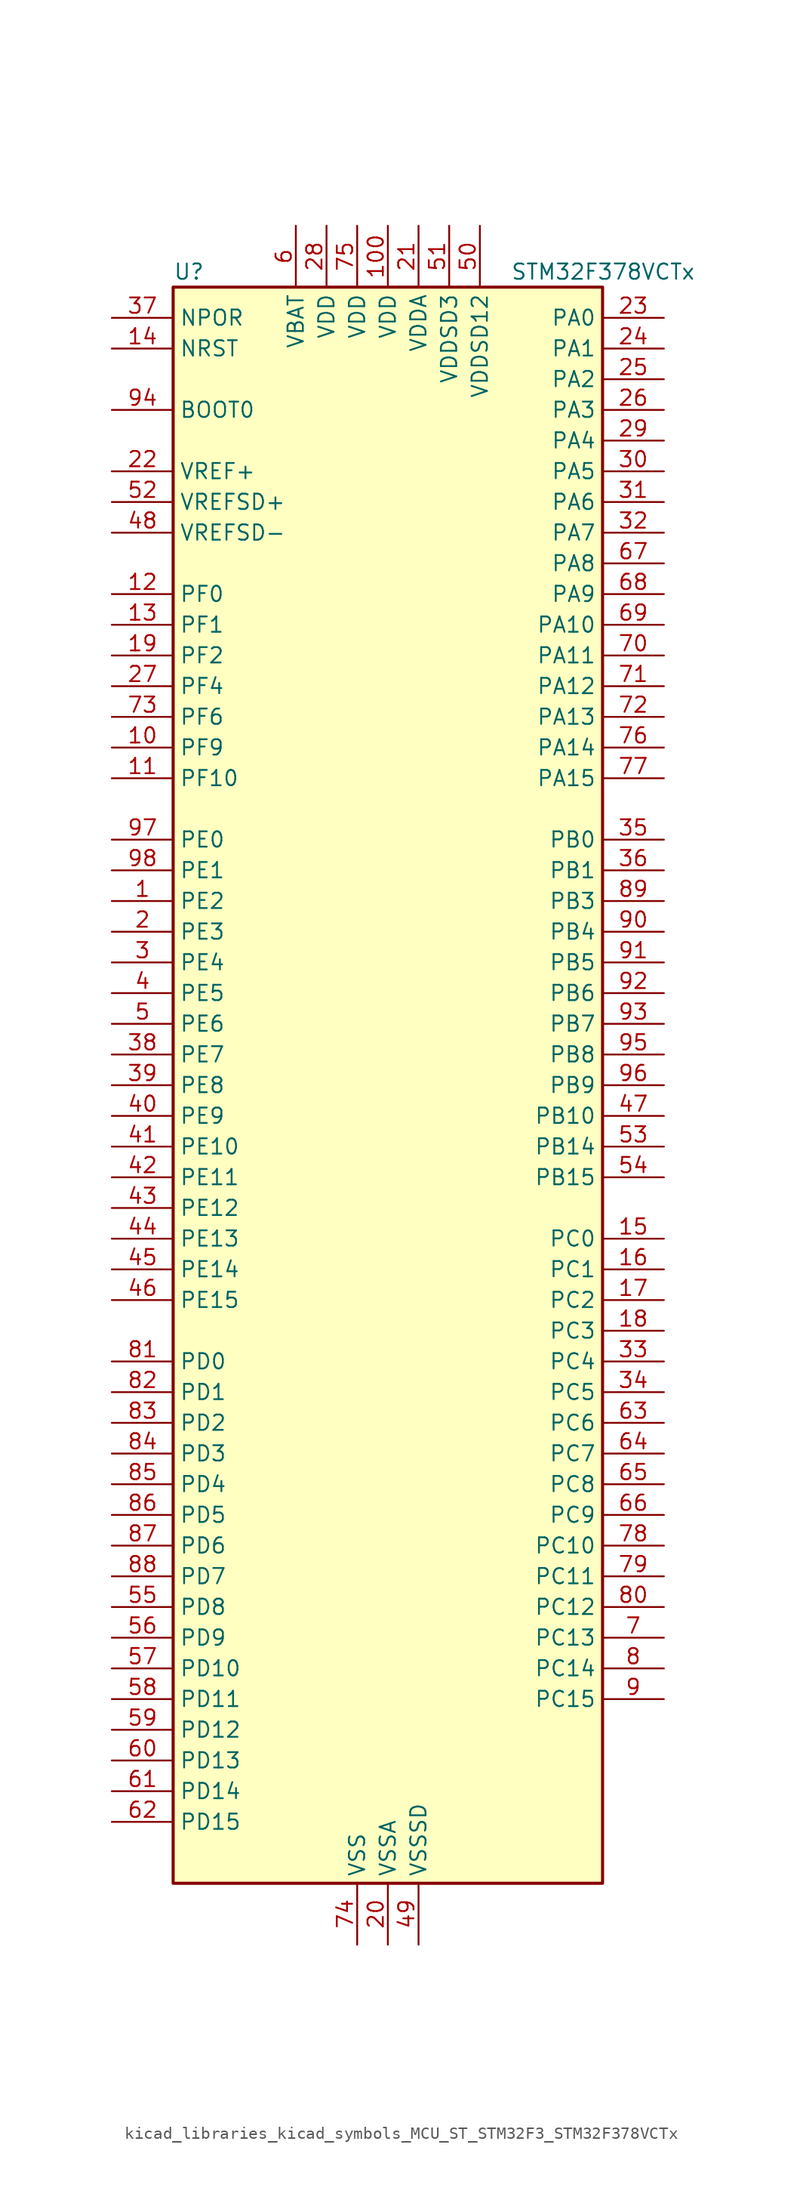
<source format=kicad_sym>
(kicad_symbol_lib
  (version 20220914)
  (generator kicad_symbol_editor)
  (symbol "kicad_libraries_kicad_symbols_MCU_ST_STM32F3_STM32F378VCTx"
    (property "Reference" "U"
      (at -17.78 67.31 0)
      (effects (font (size 1.27 1.27)) (justify left)))
    (property "Value" "STM32F378VCTx"
      (at 10.16 67.31 0)
      (effects (font (size 1.27 1.27)) (justify left)))
    (property "ki_locked" ""
      (at 0 0 0)
      (effects (font (size 1.27 1.27))))
    (symbol "kicad_libraries_kicad_symbols_MCU_ST_STM32F3_STM32F378VCTx_0_1"
      (rectangle (start -17.78 -66.04) (end 17.78 66.04) (stroke (width 0.254) (type default)) (fill (type background))))
    (symbol "kicad_libraries_kicad_symbols_MCU_ST_STM32F3_STM32F378VCTx_1_1"
      (pin bidirectional line (at -22.86 15.24 0) (length 5.08) (name "PE2" (effects (font (size 1.27 1.27)))) (number "1" (effects (font (size 1.27 1.27)))) (alternate "SYS_TRACECK" bidirectional line) (alternate "TSC_G7_IO1" bidirectional line))
      (pin bidirectional line (at -22.86 27.94 0) (length 5.08) (name "PF9" (effects (font (size 1.27 1.27)))) (number "10" (effects (font (size 1.27 1.27)))) (alternate "DAC1_EXTI9" bidirectional line) (alternate "DAC2_EXTI9" bidirectional line) (alternate "TIM14_CH1" bidirectional line))
      (pin power_in line (at 0 71.12 270) (length 5.08) (name "VDD" (effects (font (size 1.27 1.27)))) (number "100" (effects (font (size 1.27 1.27)))))
      (pin bidirectional line (at -22.86 25.4 0) (length 5.08) (name "PF10" (effects (font (size 1.27 1.27)))) (number "11" (effects (font (size 1.27 1.27)))))
      (pin bidirectional line (at -22.86 40.64 0) (length 5.08) (name "PF0" (effects (font (size 1.27 1.27)))) (number "12" (effects (font (size 1.27 1.27)))) (alternate "I2C2_SDA" bidirectional line) (alternate "RCC_OSC_IN" bidirectional line))
      (pin bidirectional line (at -22.86 38.1 0) (length 5.08) (name "PF1" (effects (font (size 1.27 1.27)))) (number "13" (effects (font (size 1.27 1.27)))) (alternate "I2C2_SCL" bidirectional line) (alternate "RCC_OSC_OUT" bidirectional line))
      (pin input line (at -22.86 60.96 0) (length 5.08) (name "NRST" (effects (font (size 1.27 1.27)))) (number "14" (effects (font (size 1.27 1.27)))))
      (pin bidirectional line (at 22.86 -12.7 180) (length 5.08) (name "PC0" (effects (font (size 1.27 1.27)))) (number "15" (effects (font (size 1.27 1.27)))) (alternate "ADC1_IN10" bidirectional line) (alternate "TIM5_CH1" bidirectional line) (alternate "TIM5_ETR" bidirectional line))
      (pin bidirectional line (at 22.86 -15.24 180) (length 5.08) (name "PC1" (effects (font (size 1.27 1.27)))) (number "16" (effects (font (size 1.27 1.27)))) (alternate "ADC1_IN11" bidirectional line) (alternate "TIM5_CH2" bidirectional line))
      (pin bidirectional line (at 22.86 -17.78 180) (length 5.08) (name "PC2" (effects (font (size 1.27 1.27)))) (number "17" (effects (font (size 1.27 1.27)))) (alternate "ADC1_IN12" bidirectional line) (alternate "I2S2_MCK" bidirectional line) (alternate "SPI2_MISO" bidirectional line) (alternate "TIM5_CH3" bidirectional line))
      (pin bidirectional line (at 22.86 -20.32 180) (length 5.08) (name "PC3" (effects (font (size 1.27 1.27)))) (number "18" (effects (font (size 1.27 1.27)))) (alternate "ADC1_IN13" bidirectional line) (alternate "I2S2_SD" bidirectional line) (alternate "SPI2_MOSI" bidirectional line) (alternate "TIM5_CH4" bidirectional line))
      (pin bidirectional line (at -22.86 35.56 0) (length 5.08) (name "PF2" (effects (font (size 1.27 1.27)))) (number "19" (effects (font (size 1.27 1.27)))) (alternate "I2C2_SMBA" bidirectional line))
      (pin bidirectional line (at -22.86 12.7 0) (length 5.08) (name "PE3" (effects (font (size 1.27 1.27)))) (number "2" (effects (font (size 1.27 1.27)))) (alternate "SYS_TRACED0" bidirectional line) (alternate "TSC_G7_IO2" bidirectional line))
      (pin power_in line (at 0 -71.12 90) (length 5.08) (name "VSSA" (effects (font (size 1.27 1.27)))) (number "20" (effects (font (size 1.27 1.27)))))
      (pin power_in line (at 2.54 71.12 270) (length 5.08) (name "VDDA" (effects (font (size 1.27 1.27)))) (number "21" (effects (font (size 1.27 1.27)))))
      (pin input line (at -22.86 50.8 0) (length 5.08) (name "VREF+" (effects (font (size 1.27 1.27)))) (number "22" (effects (font (size 1.27 1.27)))))
      (pin bidirectional line (at 22.86 63.5 180) (length 5.08) (name "PA0" (effects (font (size 1.27 1.27)))) (number "23" (effects (font (size 1.27 1.27)))) (alternate "ADC1_IN0" bidirectional line) (alternate "COMP1_INM" bidirectional line) (alternate "COMP1_OUT" bidirectional line) (alternate "RTC_TAMP2" bidirectional line) (alternate "SYS_WKUP1" bidirectional line) (alternate "TIM19_CH1" bidirectional line) (alternate "TIM2_CH1" bidirectional line) (alternate "TIM2_ETR" bidirectional line) (alternate "TIM5_CH1" bidirectional line) (alternate "TIM5_ETR" bidirectional line) (alternate "TSC_G1_IO1" bidirectional line) (alternate "USART2_CTS" bidirectional line))
      (pin bidirectional line (at 22.86 60.96 180) (length 5.08) (name "PA1" (effects (font (size 1.27 1.27)))) (number "24" (effects (font (size 1.27 1.27)))) (alternate "ADC1_IN1" bidirectional line) (alternate "COMP1_INP" bidirectional line) (alternate "I2S3_CK" bidirectional line) (alternate "RTC_REFIN" bidirectional line) (alternate "SPI3_SCK" bidirectional line) (alternate "TIM15_CH1N" bidirectional line) (alternate "TIM19_CH2" bidirectional line) (alternate "TIM2_CH2" bidirectional line) (alternate "TIM5_CH2" bidirectional line) (alternate "TSC_G1_IO2" bidirectional line) (alternate "USART2_DE" bidirectional line) (alternate "USART2_RTS" bidirectional line))
      (pin bidirectional line (at 22.86 58.42 180) (length 5.08) (name "PA2" (effects (font (size 1.27 1.27)))) (number "25" (effects (font (size 1.27 1.27)))) (alternate "ADC1_IN2" bidirectional line) (alternate "COMP2_INM" bidirectional line) (alternate "COMP2_OUT" bidirectional line) (alternate "I2S3_MCK" bidirectional line) (alternate "SPI3_MISO" bidirectional line) (alternate "TIM15_CH1" bidirectional line) (alternate "TIM19_CH3" bidirectional line) (alternate "TIM2_CH3" bidirectional line) (alternate "TIM5_CH3" bidirectional line) (alternate "TSC_G1_IO3" bidirectional line) (alternate "USART2_TX" bidirectional line))
      (pin bidirectional line (at 22.86 55.88 180) (length 5.08) (name "PA3" (effects (font (size 1.27 1.27)))) (number "26" (effects (font (size 1.27 1.27)))) (alternate "ADC1_IN3" bidirectional line) (alternate "COMP2_INP" bidirectional line) (alternate "I2S3_SD" bidirectional line) (alternate "SPI3_MOSI" bidirectional line) (alternate "TIM15_CH2" bidirectional line) (alternate "TIM19_CH4" bidirectional line) (alternate "TIM2_CH4" bidirectional line) (alternate "TIM5_CH4" bidirectional line) (alternate "TSC_G1_IO4" bidirectional line) (alternate "USART2_RX" bidirectional line))
      (pin bidirectional line (at -22.86 33.02 0) (length 5.08) (name "PF4" (effects (font (size 1.27 1.27)))) (number "27" (effects (font (size 1.27 1.27)))))
      (pin power_in line (at -5.08 71.12 270) (length 5.08) (name "VDD" (effects (font (size 1.27 1.27)))) (number "28" (effects (font (size 1.27 1.27)))))
      (pin bidirectional line (at 22.86 53.34 180) (length 5.08) (name "PA4" (effects (font (size 1.27 1.27)))) (number "29" (effects (font (size 1.27 1.27)))) (alternate "ADC1_IN4" bidirectional line) (alternate "DAC1_OUT1" bidirectional line) (alternate "I2S1_WS" bidirectional line) (alternate "I2S3_WS" bidirectional line) (alternate "SPI1_NSS" bidirectional line) (alternate "SPI3_NSS" bidirectional line) (alternate "TIM12_CH1" bidirectional line) (alternate "TIM3_CH2" bidirectional line) (alternate "TSC_G2_IO1" bidirectional line) (alternate "USART2_CK" bidirectional line))
      (pin bidirectional line (at -22.86 10.16 0) (length 5.08) (name "PE4" (effects (font (size 1.27 1.27)))) (number "3" (effects (font (size 1.27 1.27)))) (alternate "SYS_TRACED1" bidirectional line) (alternate "TSC_G7_IO3" bidirectional line))
      (pin bidirectional line (at 22.86 50.8 180) (length 5.08) (name "PA5" (effects (font (size 1.27 1.27)))) (number "30" (effects (font (size 1.27 1.27)))) (alternate "ADC1_IN5" bidirectional line) (alternate "CEC" bidirectional line) (alternate "DAC1_OUT2" bidirectional line) (alternate "I2S1_CK" bidirectional line) (alternate "SPI1_SCK" bidirectional line) (alternate "TIM12_CH2" bidirectional line) (alternate "TIM14_CH1" bidirectional line) (alternate "TIM2_CH1" bidirectional line) (alternate "TIM2_ETR" bidirectional line) (alternate "TSC_G2_IO2" bidirectional line))
      (pin bidirectional line (at 22.86 48.26 180) (length 5.08) (name "PA6" (effects (font (size 1.27 1.27)))) (number "31" (effects (font (size 1.27 1.27)))) (alternate "ADC1_IN6" bidirectional line) (alternate "COMP1_OUT" bidirectional line) (alternate "DAC2_OUT1" bidirectional line) (alternate "I2S1_MCK" bidirectional line) (alternate "SPI1_MISO" bidirectional line) (alternate "TIM13_CH1" bidirectional line) (alternate "TIM16_CH1" bidirectional line) (alternate "TIM3_CH1" bidirectional line) (alternate "TSC_G2_IO3" bidirectional line))
      (pin bidirectional line (at 22.86 45.72 180) (length 5.08) (name "PA7" (effects (font (size 1.27 1.27)))) (number "32" (effects (font (size 1.27 1.27)))) (alternate "ADC1_IN7" bidirectional line) (alternate "COMP2_OUT" bidirectional line) (alternate "I2S1_SD" bidirectional line) (alternate "SPI1_MOSI" bidirectional line) (alternate "TIM14_CH1" bidirectional line) (alternate "TIM17_CH1" bidirectional line) (alternate "TIM3_CH2" bidirectional line) (alternate "TSC_G2_IO4" bidirectional line))
      (pin bidirectional line (at 22.86 -22.86 180) (length 5.08) (name "PC4" (effects (font (size 1.27 1.27)))) (number "33" (effects (font (size 1.27 1.27)))) (alternate "ADC1_IN14" bidirectional line) (alternate "TIM13_CH1" bidirectional line) (alternate "TSC_G3_IO1" bidirectional line) (alternate "USART1_TX" bidirectional line))
      (pin bidirectional line (at 22.86 -25.4 180) (length 5.08) (name "PC5" (effects (font (size 1.27 1.27)))) (number "34" (effects (font (size 1.27 1.27)))) (alternate "ADC1_IN15" bidirectional line) (alternate "TSC_G3_IO2" bidirectional line) (alternate "USART1_RX" bidirectional line))
      (pin bidirectional line (at 22.86 20.32 180) (length 5.08) (name "PB0" (effects (font (size 1.27 1.27)))) (number "35" (effects (font (size 1.27 1.27)))) (alternate "ADC1_IN8" bidirectional line) (alternate "I2S1_SD" bidirectional line) (alternate "SDADC1_AIN6P" bidirectional line) (alternate "SPI1_MOSI" bidirectional line) (alternate "TIM3_CH2" bidirectional line) (alternate "TIM3_CH3" bidirectional line) (alternate "TSC_G3_IO3" bidirectional line))
      (pin bidirectional line (at 22.86 17.78 180) (length 5.08) (name "PB1" (effects (font (size 1.27 1.27)))) (number "36" (effects (font (size 1.27 1.27)))) (alternate "ADC1_IN9" bidirectional line) (alternate "SDADC1_AIN5P" bidirectional line) (alternate "SDADC1_AIN6M" bidirectional line) (alternate "TIM3_CH4" bidirectional line) (alternate "TSC_G3_IO4" bidirectional line))
      (pin input line (at -22.86 63.5 0) (length 5.08) (name "NPOR" (effects (font (size 1.27 1.27)))) (number "37" (effects (font (size 1.27 1.27)))))
      (pin bidirectional line (at -22.86 2.54 0) (length 5.08) (name "PE7" (effects (font (size 1.27 1.27)))) (number "38" (effects (font (size 1.27 1.27)))) (alternate "SDADC1_AIN3P" bidirectional line) (alternate "SDADC1_AIN4M" bidirectional line) (alternate "SDADC2_AIN5P" bidirectional line) (alternate "SDADC2_AIN6M" bidirectional line))
      (pin bidirectional line (at -22.86 0 0) (length 5.08) (name "PE8" (effects (font (size 1.27 1.27)))) (number "39" (effects (font (size 1.27 1.27)))) (alternate "SDADC1_AIN8P" bidirectional line) (alternate "SDADC2_AIN8P" bidirectional line))
      (pin bidirectional line (at -22.86 7.62 0) (length 5.08) (name "PE5" (effects (font (size 1.27 1.27)))) (number "4" (effects (font (size 1.27 1.27)))) (alternate "SYS_TRACED2" bidirectional line) (alternate "TSC_G7_IO4" bidirectional line))
      (pin bidirectional line (at -22.86 -2.54 0) (length 5.08) (name "PE9" (effects (font (size 1.27 1.27)))) (number "40" (effects (font (size 1.27 1.27)))) (alternate "DAC1_EXTI9" bidirectional line) (alternate "DAC2_EXTI9" bidirectional line) (alternate "SDADC1_AIN7P" bidirectional line) (alternate "SDADC1_AIN8M" bidirectional line) (alternate "SDADC2_AIN7P" bidirectional line) (alternate "SDADC2_AIN8M" bidirectional line))
      (pin bidirectional line (at -22.86 -5.08 0) (length 5.08) (name "PE10" (effects (font (size 1.27 1.27)))) (number "41" (effects (font (size 1.27 1.27)))) (alternate "SDADC1_AIN2P" bidirectional line))
      (pin bidirectional line (at -22.86 -7.62 0) (length 5.08) (name "PE11" (effects (font (size 1.27 1.27)))) (number "42" (effects (font (size 1.27 1.27)))) (alternate "ADC1_EXTI11" bidirectional line) (alternate "SDADC1_AIN1P" bidirectional line) (alternate "SDADC1_AIN2M" bidirectional line) (alternate "SDADC1_EXTI11" bidirectional line) (alternate "SDADC2_AIN4P" bidirectional line) (alternate "SDADC2_EXTI11" bidirectional line) (alternate "SDADC3_EXTI11" bidirectional line))
      (pin bidirectional line (at -22.86 -10.16 0) (length 5.08) (name "PE12" (effects (font (size 1.27 1.27)))) (number "43" (effects (font (size 1.27 1.27)))) (alternate "SDADC1_AIN0P" bidirectional line) (alternate "SDADC2_AIN3P" bidirectional line) (alternate "SDADC2_AIN4M" bidirectional line))
      (pin bidirectional line (at -22.86 -12.7 0) (length 5.08) (name "PE13" (effects (font (size 1.27 1.27)))) (number "44" (effects (font (size 1.27 1.27)))) (alternate "SDADC1_AIN0M" bidirectional line) (alternate "SDADC2_AIN2P" bidirectional line))
      (pin bidirectional line (at -22.86 -15.24 0) (length 5.08) (name "PE14" (effects (font (size 1.27 1.27)))) (number "45" (effects (font (size 1.27 1.27)))) (alternate "SDADC2_AIN1P" bidirectional line) (alternate "SDADC2_AIN2M" bidirectional line))
      (pin bidirectional line (at -22.86 -17.78 0) (length 5.08) (name "PE15" (effects (font (size 1.27 1.27)))) (number "46" (effects (font (size 1.27 1.27)))) (alternate "ADC1_EXTI15" bidirectional line) (alternate "SDADC1_EXTI15" bidirectional line) (alternate "SDADC2_AIN0P" bidirectional line) (alternate "SDADC2_EXTI15" bidirectional line) (alternate "SDADC3_EXTI15" bidirectional line) (alternate "USART3_RX" bidirectional line))
      (pin bidirectional line (at 22.86 -2.54 180) (length 5.08) (name "PB10" (effects (font (size 1.27 1.27)))) (number "47" (effects (font (size 1.27 1.27)))) (alternate "CEC" bidirectional line) (alternate "I2S2_CK" bidirectional line) (alternate "SDADC2_AIN0M" bidirectional line) (alternate "SPI2_SCK" bidirectional line) (alternate "TIM2_CH3" bidirectional line) (alternate "TSC_SYNC" bidirectional line) (alternate "USART3_TX" bidirectional line))
      (pin input line (at -22.86 45.72 0) (length 5.08) (name "VREFSD-" (effects (font (size 1.27 1.27)))) (number "48" (effects (font (size 1.27 1.27)))))
      (pin power_in line (at 2.54 -71.12 90) (length 5.08) (name "VSSSD" (effects (font (size 1.27 1.27)))) (number "49" (effects (font (size 1.27 1.27)))))
      (pin bidirectional line (at -22.86 5.08 0) (length 5.08) (name "PE6" (effects (font (size 1.27 1.27)))) (number "5" (effects (font (size 1.27 1.27)))) (alternate "RTC_TAMP3" bidirectional line) (alternate "SYS_TRACED3" bidirectional line) (alternate "SYS_WKUP3" bidirectional line))
      (pin power_in line (at 7.62 71.12 270) (length 5.08) (name "VDDSD12" (effects (font (size 1.27 1.27)))) (number "50" (effects (font (size 1.27 1.27)))))
      (pin power_in line (at 5.08 71.12 270) (length 5.08) (name "VDDSD3" (effects (font (size 1.27 1.27)))) (number "51" (effects (font (size 1.27 1.27)))))
      (pin input line (at -22.86 48.26 0) (length 5.08) (name "VREFSD+" (effects (font (size 1.27 1.27)))) (number "52" (effects (font (size 1.27 1.27)))))
      (pin bidirectional line (at 22.86 -5.08 180) (length 5.08) (name "PB14" (effects (font (size 1.27 1.27)))) (number "53" (effects (font (size 1.27 1.27)))) (alternate "I2S2_MCK" bidirectional line) (alternate "SDADC3_AIN8P" bidirectional line) (alternate "SPI2_MISO" bidirectional line) (alternate "TIM12_CH1" bidirectional line) (alternate "TIM15_CH1" bidirectional line) (alternate "TSC_G6_IO1" bidirectional line) (alternate "USART3_DE" bidirectional line) (alternate "USART3_RTS" bidirectional line))
      (pin bidirectional line (at 22.86 -7.62 180) (length 5.08) (name "PB15" (effects (font (size 1.27 1.27)))) (number "54" (effects (font (size 1.27 1.27)))) (alternate "ADC1_EXTI15" bidirectional line) (alternate "I2S2_SD" bidirectional line) (alternate "RTC_REFIN" bidirectional line) (alternate "SDADC1_EXTI15" bidirectional line) (alternate "SDADC2_EXTI15" bidirectional line) (alternate "SDADC3_AIN7P" bidirectional line) (alternate "SDADC3_AIN8M" bidirectional line) (alternate "SDADC3_EXTI15" bidirectional line) (alternate "SPI2_MOSI" bidirectional line) (alternate "TIM12_CH2" bidirectional line) (alternate "TIM15_CH1N" bidirectional line) (alternate "TIM15_CH2" bidirectional line) (alternate "TSC_G6_IO2" bidirectional line))
      (pin bidirectional line (at -22.86 -43.18 0) (length 5.08) (name "PD8" (effects (font (size 1.27 1.27)))) (number "55" (effects (font (size 1.27 1.27)))) (alternate "I2S2_CK" bidirectional line) (alternate "SDADC3_AIN6P" bidirectional line) (alternate "SPI2_SCK" bidirectional line) (alternate "TSC_G6_IO3" bidirectional line) (alternate "USART3_TX" bidirectional line))
      (pin bidirectional line (at -22.86 -45.72 0) (length 5.08) (name "PD9" (effects (font (size 1.27 1.27)))) (number "56" (effects (font (size 1.27 1.27)))) (alternate "DAC1_EXTI9" bidirectional line) (alternate "DAC2_EXTI9" bidirectional line) (alternate "SDADC3_AIN5P" bidirectional line) (alternate "SDADC3_AIN6M" bidirectional line) (alternate "TSC_G6_IO4" bidirectional line) (alternate "USART3_RX" bidirectional line))
      (pin bidirectional line (at -22.86 -48.26 0) (length 5.08) (name "PD10" (effects (font (size 1.27 1.27)))) (number "57" (effects (font (size 1.27 1.27)))) (alternate "SDADC3_AIN4P" bidirectional line) (alternate "USART3_CK" bidirectional line))
      (pin bidirectional line (at -22.86 -50.8 0) (length 5.08) (name "PD11" (effects (font (size 1.27 1.27)))) (number "58" (effects (font (size 1.27 1.27)))) (alternate "ADC1_EXTI11" bidirectional line) (alternate "SDADC1_EXTI11" bidirectional line) (alternate "SDADC2_EXTI11" bidirectional line) (alternate "SDADC3_AIN3P" bidirectional line) (alternate "SDADC3_AIN4M" bidirectional line) (alternate "SDADC3_EXTI11" bidirectional line) (alternate "USART3_CTS" bidirectional line))
      (pin bidirectional line (at -22.86 -53.34 0) (length 5.08) (name "PD12" (effects (font (size 1.27 1.27)))) (number "59" (effects (font (size 1.27 1.27)))) (alternate "SDADC3_AIN2P" bidirectional line) (alternate "TIM4_CH1" bidirectional line) (alternate "TSC_G8_IO1" bidirectional line) (alternate "USART3_DE" bidirectional line) (alternate "USART3_RTS" bidirectional line))
      (pin power_in line (at -7.62 71.12 270) (length 5.08) (name "VBAT" (effects (font (size 1.27 1.27)))) (number "6" (effects (font (size 1.27 1.27)))))
      (pin bidirectional line (at -22.86 -55.88 0) (length 5.08) (name "PD13" (effects (font (size 1.27 1.27)))) (number "60" (effects (font (size 1.27 1.27)))) (alternate "SDADC3_AIN1P" bidirectional line) (alternate "SDADC3_AIN2M" bidirectional line) (alternate "TIM4_CH2" bidirectional line) (alternate "TSC_G8_IO2" bidirectional line))
      (pin bidirectional line (at -22.86 -58.42 0) (length 5.08) (name "PD14" (effects (font (size 1.27 1.27)))) (number "61" (effects (font (size 1.27 1.27)))) (alternate "SDADC3_AIN0P" bidirectional line) (alternate "TIM4_CH3" bidirectional line) (alternate "TSC_G8_IO3" bidirectional line))
      (pin bidirectional line (at -22.86 -60.96 0) (length 5.08) (name "PD15" (effects (font (size 1.27 1.27)))) (number "62" (effects (font (size 1.27 1.27)))) (alternate "ADC1_EXTI15" bidirectional line) (alternate "SDADC1_EXTI15" bidirectional line) (alternate "SDADC2_EXTI15" bidirectional line) (alternate "SDADC3_AIN0M" bidirectional line) (alternate "SDADC3_EXTI15" bidirectional line) (alternate "TIM4_CH4" bidirectional line) (alternate "TSC_G8_IO4" bidirectional line))
      (pin bidirectional line (at 22.86 -27.94 180) (length 5.08) (name "PC6" (effects (font (size 1.27 1.27)))) (number "63" (effects (font (size 1.27 1.27)))) (alternate "I2S1_WS" bidirectional line) (alternate "SPI1_NSS" bidirectional line) (alternate "TIM3_CH1" bidirectional line))
      (pin bidirectional line (at 22.86 -30.48 180) (length 5.08) (name "PC7" (effects (font (size 1.27 1.27)))) (number "64" (effects (font (size 1.27 1.27)))) (alternate "I2S1_CK" bidirectional line) (alternate "SPI1_SCK" bidirectional line) (alternate "TIM3_CH2" bidirectional line))
      (pin bidirectional line (at 22.86 -33.02 180) (length 5.08) (name "PC8" (effects (font (size 1.27 1.27)))) (number "65" (effects (font (size 1.27 1.27)))) (alternate "I2S1_MCK" bidirectional line) (alternate "SPI1_MISO" bidirectional line) (alternate "TIM3_CH3" bidirectional line))
      (pin bidirectional line (at 22.86 -35.56 180) (length 5.08) (name "PC9" (effects (font (size 1.27 1.27)))) (number "66" (effects (font (size 1.27 1.27)))) (alternate "DAC1_EXTI9" bidirectional line) (alternate "DAC2_EXTI9" bidirectional line) (alternate "I2S1_SD" bidirectional line) (alternate "SPI1_MOSI" bidirectional line) (alternate "TIM3_CH4" bidirectional line))
      (pin bidirectional line (at 22.86 43.18 180) (length 5.08) (name "PA8" (effects (font (size 1.27 1.27)))) (number "67" (effects (font (size 1.27 1.27)))) (alternate "I2C2_SMBA" bidirectional line) (alternate "I2S2_CK" bidirectional line) (alternate "RCC_MCO" bidirectional line) (alternate "SPI2_SCK" bidirectional line) (alternate "TIM4_ETR" bidirectional line) (alternate "TIM5_CH1" bidirectional line) (alternate "TIM5_ETR" bidirectional line) (alternate "USART1_CK" bidirectional line))
      (pin bidirectional line (at 22.86 40.64 180) (length 5.08) (name "PA9" (effects (font (size 1.27 1.27)))) (number "68" (effects (font (size 1.27 1.27)))) (alternate "DAC1_EXTI9" bidirectional line) (alternate "DAC2_EXTI9" bidirectional line) (alternate "I2C2_SCL" bidirectional line) (alternate "I2S2_MCK" bidirectional line) (alternate "SPI2_MISO" bidirectional line) (alternate "TIM13_CH1" bidirectional line) (alternate "TIM15_BKIN" bidirectional line) (alternate "TIM2_CH3" bidirectional line) (alternate "TSC_G4_IO1" bidirectional line) (alternate "USART1_TX" bidirectional line))
      (pin bidirectional line (at 22.86 38.1 180) (length 5.08) (name "PA10" (effects (font (size 1.27 1.27)))) (number "69" (effects (font (size 1.27 1.27)))) (alternate "I2C2_SDA" bidirectional line) (alternate "I2S2_SD" bidirectional line) (alternate "SPI2_MOSI" bidirectional line) (alternate "TIM14_CH1" bidirectional line) (alternate "TIM17_BKIN" bidirectional line) (alternate "TIM2_CH4" bidirectional line) (alternate "TSC_G4_IO2" bidirectional line) (alternate "USART1_RX" bidirectional line))
      (pin bidirectional line (at 22.86 -45.72 180) (length 5.08) (name "PC13" (effects (font (size 1.27 1.27)))) (number "7" (effects (font (size 1.27 1.27)))) (alternate "RTC_OUT_ALARM" bidirectional line) (alternate "RTC_OUT_CALIB" bidirectional line) (alternate "RTC_TAMP1" bidirectional line) (alternate "RTC_TS" bidirectional line) (alternate "SYS_WKUP2" bidirectional line))
      (pin bidirectional line (at 22.86 35.56 180) (length 5.08) (name "PA11" (effects (font (size 1.27 1.27)))) (number "70" (effects (font (size 1.27 1.27)))) (alternate "ADC1_EXTI11" bidirectional line) (alternate "CAN_RX" bidirectional line) (alternate "COMP1_OUT" bidirectional line) (alternate "I2S1_WS" bidirectional line) (alternate "I2S2_WS" bidirectional line) (alternate "SDADC1_EXTI11" bidirectional line) (alternate "SDADC2_EXTI11" bidirectional line) (alternate "SDADC3_EXTI11" bidirectional line) (alternate "SPI1_NSS" bidirectional line) (alternate "SPI2_NSS" bidirectional line) (alternate "TIM4_CH1" bidirectional line) (alternate "TIM5_CH2" bidirectional line) (alternate "USART1_CTS" bidirectional line))
      (pin bidirectional line (at 22.86 33.02 180) (length 5.08) (name "PA12" (effects (font (size 1.27 1.27)))) (number "71" (effects (font (size 1.27 1.27)))) (alternate "CAN_TX" bidirectional line) (alternate "COMP2_OUT" bidirectional line) (alternate "I2S1_CK" bidirectional line) (alternate "SPI1_SCK" bidirectional line) (alternate "TIM16_CH1" bidirectional line) (alternate "TIM4_CH2" bidirectional line) (alternate "TIM5_CH3" bidirectional line) (alternate "USART1_DE" bidirectional line) (alternate "USART1_RTS" bidirectional line))
      (pin bidirectional line (at 22.86 30.48 180) (length 5.08) (name "PA13" (effects (font (size 1.27 1.27)))) (number "72" (effects (font (size 1.27 1.27)))) (alternate "I2S1_MCK" bidirectional line) (alternate "IR_OUT" bidirectional line) (alternate "SPI1_MISO" bidirectional line) (alternate "SYS_JTMS-SWDIO" bidirectional line) (alternate "TIM16_CH1N" bidirectional line) (alternate "TIM4_CH3" bidirectional line) (alternate "TIM5_CH4" bidirectional line) (alternate "TSC_G4_IO3" bidirectional line) (alternate "USART3_CTS" bidirectional line))
      (pin bidirectional line (at -22.86 30.48 0) (length 5.08) (name "PF6" (effects (font (size 1.27 1.27)))) (number "73" (effects (font (size 1.27 1.27)))) (alternate "I2C2_SCL" bidirectional line) (alternate "I2S1_SD" bidirectional line) (alternate "SPI1_MOSI" bidirectional line) (alternate "TIM4_CH4" bidirectional line) (alternate "USART3_DE" bidirectional line) (alternate "USART3_RTS" bidirectional line))
      (pin power_in line (at -2.54 -71.12 90) (length 5.08) (name "VSS" (effects (font (size 1.27 1.27)))) (number "74" (effects (font (size 1.27 1.27)))))
      (pin power_in line (at -2.54 71.12 270) (length 5.08) (name "VDD" (effects (font (size 1.27 1.27)))) (number "75" (effects (font (size 1.27 1.27)))))
      (pin bidirectional line (at 22.86 27.94 180) (length 5.08) (name "PA14" (effects (font (size 1.27 1.27)))) (number "76" (effects (font (size 1.27 1.27)))) (alternate "I2C1_SDA" bidirectional line) (alternate "SYS_JTCK-SWCLK" bidirectional line) (alternate "TIM12_CH1" bidirectional line) (alternate "TSC_G4_IO4" bidirectional line))
      (pin bidirectional line (at 22.86 25.4 180) (length 5.08) (name "PA15" (effects (font (size 1.27 1.27)))) (number "77" (effects (font (size 1.27 1.27)))) (alternate "ADC1_EXTI15" bidirectional line) (alternate "I2C1_SCL" bidirectional line) (alternate "I2S1_WS" bidirectional line) (alternate "I2S3_WS" bidirectional line) (alternate "SDADC1_EXTI15" bidirectional line) (alternate "SDADC2_EXTI15" bidirectional line) (alternate "SDADC3_EXTI15" bidirectional line) (alternate "SPI1_NSS" bidirectional line) (alternate "SPI3_NSS" bidirectional line) (alternate "SYS_JTDI" bidirectional line) (alternate "TIM12_CH2" bidirectional line) (alternate "TIM2_CH1" bidirectional line) (alternate "TIM2_ETR" bidirectional line) (alternate "TSC_SYNC" bidirectional line))
      (pin bidirectional line (at 22.86 -38.1 180) (length 5.08) (name "PC10" (effects (font (size 1.27 1.27)))) (number "78" (effects (font (size 1.27 1.27)))) (alternate "I2S3_CK" bidirectional line) (alternate "SPI3_SCK" bidirectional line) (alternate "TIM19_CH1" bidirectional line) (alternate "USART3_TX" bidirectional line))
      (pin bidirectional line (at 22.86 -40.64 180) (length 5.08) (name "PC11" (effects (font (size 1.27 1.27)))) (number "79" (effects (font (size 1.27 1.27)))) (alternate "ADC1_EXTI11" bidirectional line) (alternate "I2S3_MCK" bidirectional line) (alternate "SDADC1_EXTI11" bidirectional line) (alternate "SDADC2_EXTI11" bidirectional line) (alternate "SDADC3_EXTI11" bidirectional line) (alternate "SPI3_MISO" bidirectional line) (alternate "TIM19_CH2" bidirectional line) (alternate "USART3_RX" bidirectional line))
      (pin bidirectional line (at 22.86 -48.26 180) (length 5.08) (name "PC14" (effects (font (size 1.27 1.27)))) (number "8" (effects (font (size 1.27 1.27)))) (alternate "RCC_OSC32_IN" bidirectional line))
      (pin bidirectional line (at 22.86 -43.18 180) (length 5.08) (name "PC12" (effects (font (size 1.27 1.27)))) (number "80" (effects (font (size 1.27 1.27)))) (alternate "I2S3_SD" bidirectional line) (alternate "SPI3_MOSI" bidirectional line) (alternate "TIM19_CH3" bidirectional line) (alternate "USART3_CK" bidirectional line))
      (pin bidirectional line (at -22.86 -22.86 0) (length 5.08) (name "PD0" (effects (font (size 1.27 1.27)))) (number "81" (effects (font (size 1.27 1.27)))) (alternate "CAN_RX" bidirectional line) (alternate "TIM19_CH4" bidirectional line))
      (pin bidirectional line (at -22.86 -25.4 0) (length 5.08) (name "PD1" (effects (font (size 1.27 1.27)))) (number "82" (effects (font (size 1.27 1.27)))) (alternate "CAN_TX" bidirectional line) (alternate "TIM19_ETR" bidirectional line))
      (pin bidirectional line (at -22.86 -27.94 0) (length 5.08) (name "PD2" (effects (font (size 1.27 1.27)))) (number "83" (effects (font (size 1.27 1.27)))) (alternate "TIM3_ETR" bidirectional line))
      (pin bidirectional line (at -22.86 -30.48 0) (length 5.08) (name "PD3" (effects (font (size 1.27 1.27)))) (number "84" (effects (font (size 1.27 1.27)))) (alternate "I2S2_MCK" bidirectional line) (alternate "SPI2_MISO" bidirectional line) (alternate "USART2_CTS" bidirectional line))
      (pin bidirectional line (at -22.86 -33.02 0) (length 5.08) (name "PD4" (effects (font (size 1.27 1.27)))) (number "85" (effects (font (size 1.27 1.27)))) (alternate "I2S2_SD" bidirectional line) (alternate "SPI2_MOSI" bidirectional line) (alternate "USART2_DE" bidirectional line) (alternate "USART2_RTS" bidirectional line))
      (pin bidirectional line (at -22.86 -35.56 0) (length 5.08) (name "PD5" (effects (font (size 1.27 1.27)))) (number "86" (effects (font (size 1.27 1.27)))) (alternate "USART2_TX" bidirectional line))
      (pin bidirectional line (at -22.86 -38.1 0) (length 5.08) (name "PD6" (effects (font (size 1.27 1.27)))) (number "87" (effects (font (size 1.27 1.27)))) (alternate "I2S2_WS" bidirectional line) (alternate "SPI2_NSS" bidirectional line) (alternate "USART2_RX" bidirectional line))
      (pin bidirectional line (at -22.86 -40.64 0) (length 5.08) (name "PD7" (effects (font (size 1.27 1.27)))) (number "88" (effects (font (size 1.27 1.27)))) (alternate "I2S2_CK" bidirectional line) (alternate "SPI2_SCK" bidirectional line) (alternate "USART2_CK" bidirectional line))
      (pin bidirectional line (at 22.86 15.24 180) (length 5.08) (name "PB3" (effects (font (size 1.27 1.27)))) (number "89" (effects (font (size 1.27 1.27)))) (alternate "I2S1_CK" bidirectional line) (alternate "I2S3_CK" bidirectional line) (alternate "SPI1_SCK" bidirectional line) (alternate "SPI3_SCK" bidirectional line) (alternate "SYS_JTDO-TRACESWO" bidirectional line) (alternate "TIM13_CH1" bidirectional line) (alternate "TIM2_CH2" bidirectional line) (alternate "TIM3_ETR" bidirectional line) (alternate "TIM4_ETR" bidirectional line) (alternate "TSC_G5_IO1" bidirectional line) (alternate "USART2_TX" bidirectional line))
      (pin bidirectional line (at 22.86 -50.8 180) (length 5.08) (name "PC15" (effects (font (size 1.27 1.27)))) (number "9" (effects (font (size 1.27 1.27)))) (alternate "ADC1_EXTI15" bidirectional line) (alternate "RCC_OSC32_OUT" bidirectional line) (alternate "SDADC1_EXTI15" bidirectional line) (alternate "SDADC2_EXTI15" bidirectional line) (alternate "SDADC3_EXTI15" bidirectional line))
      (pin bidirectional line (at 22.86 12.7 180) (length 5.08) (name "PB4" (effects (font (size 1.27 1.27)))) (number "90" (effects (font (size 1.27 1.27)))) (alternate "I2S1_MCK" bidirectional line) (alternate "I2S3_MCK" bidirectional line) (alternate "SPI1_MISO" bidirectional line) (alternate "SPI3_MISO" bidirectional line) (alternate "SYS_NJTRST" bidirectional line) (alternate "TIM15_CH1N" bidirectional line) (alternate "TIM16_CH1" bidirectional line) (alternate "TIM17_BKIN" bidirectional line) (alternate "TIM3_CH1" bidirectional line) (alternate "TSC_G5_IO2" bidirectional line) (alternate "USART2_RX" bidirectional line))
      (pin bidirectional line (at 22.86 10.16 180) (length 5.08) (name "PB5" (effects (font (size 1.27 1.27)))) (number "91" (effects (font (size 1.27 1.27)))) (alternate "I2C1_SMBA" bidirectional line) (alternate "I2S1_SD" bidirectional line) (alternate "I2S3_SD" bidirectional line) (alternate "SPI1_MOSI" bidirectional line) (alternate "SPI3_MOSI" bidirectional line) (alternate "TIM16_BKIN" bidirectional line) (alternate "TIM17_CH1" bidirectional line) (alternate "TIM19_ETR" bidirectional line) (alternate "TIM3_CH2" bidirectional line) (alternate "USART2_CK" bidirectional line))
      (pin bidirectional line (at 22.86 7.62 180) (length 5.08) (name "PB6" (effects (font (size 1.27 1.27)))) (number "92" (effects (font (size 1.27 1.27)))) (alternate "I2C1_SCL" bidirectional line) (alternate "TIM15_CH1" bidirectional line) (alternate "TIM16_CH1N" bidirectional line) (alternate "TIM19_CH1" bidirectional line) (alternate "TIM3_CH3" bidirectional line) (alternate "TIM4_CH1" bidirectional line) (alternate "TSC_G5_IO3" bidirectional line) (alternate "USART1_TX" bidirectional line))
      (pin bidirectional line (at 22.86 5.08 180) (length 5.08) (name "PB7" (effects (font (size 1.27 1.27)))) (number "93" (effects (font (size 1.27 1.27)))) (alternate "I2C1_SDA" bidirectional line) (alternate "TIM15_CH2" bidirectional line) (alternate "TIM17_CH1N" bidirectional line) (alternate "TIM19_CH2" bidirectional line) (alternate "TIM3_CH4" bidirectional line) (alternate "TIM4_CH2" bidirectional line) (alternate "TSC_G5_IO4" bidirectional line) (alternate "USART1_RX" bidirectional line))
      (pin input line (at -22.86 55.88 0) (length 5.08) (name "BOOT0" (effects (font (size 1.27 1.27)))) (number "94" (effects (font (size 1.27 1.27)))))
      (pin bidirectional line (at 22.86 2.54 180) (length 5.08) (name "PB8" (effects (font (size 1.27 1.27)))) (number "95" (effects (font (size 1.27 1.27)))) (alternate "CAN_RX" bidirectional line) (alternate "CEC" bidirectional line) (alternate "COMP1_OUT" bidirectional line) (alternate "I2C1_SCL" bidirectional line) (alternate "I2S2_CK" bidirectional line) (alternate "SPI2_SCK" bidirectional line) (alternate "TIM16_CH1" bidirectional line) (alternate "TIM19_CH3" bidirectional line) (alternate "TIM4_CH3" bidirectional line) (alternate "TSC_SYNC" bidirectional line) (alternate "USART3_TX" bidirectional line))
      (pin bidirectional line (at 22.86 0 180) (length 5.08) (name "PB9" (effects (font (size 1.27 1.27)))) (number "96" (effects (font (size 1.27 1.27)))) (alternate "CAN_TX" bidirectional line) (alternate "COMP2_OUT" bidirectional line) (alternate "DAC1_EXTI9" bidirectional line) (alternate "DAC2_EXTI9" bidirectional line) (alternate "I2C1_SDA" bidirectional line) (alternate "I2S2_WS" bidirectional line) (alternate "IR_OUT" bidirectional line) (alternate "SPI2_NSS" bidirectional line) (alternate "TIM17_CH1" bidirectional line) (alternate "TIM19_CH4" bidirectional line) (alternate "TIM4_CH4" bidirectional line) (alternate "USART3_RX" bidirectional line))
      (pin bidirectional line (at -22.86 20.32 0) (length 5.08) (name "PE0" (effects (font (size 1.27 1.27)))) (number "97" (effects (font (size 1.27 1.27)))) (alternate "TIM4_ETR" bidirectional line) (alternate "USART1_TX" bidirectional line))
      (pin bidirectional line (at -22.86 17.78 0) (length 5.08) (name "PE1" (effects (font (size 1.27 1.27)))) (number "98" (effects (font (size 1.27 1.27)))) (alternate "USART1_RX" bidirectional line))
      (pin passive line (at -2.54 -71.12 90) (length 5.08) hide (name "VSS" (effects (font (size 1.27 1.27)))) (number "99" (effects (font (size 1.27 1.27))))))))
</source>
